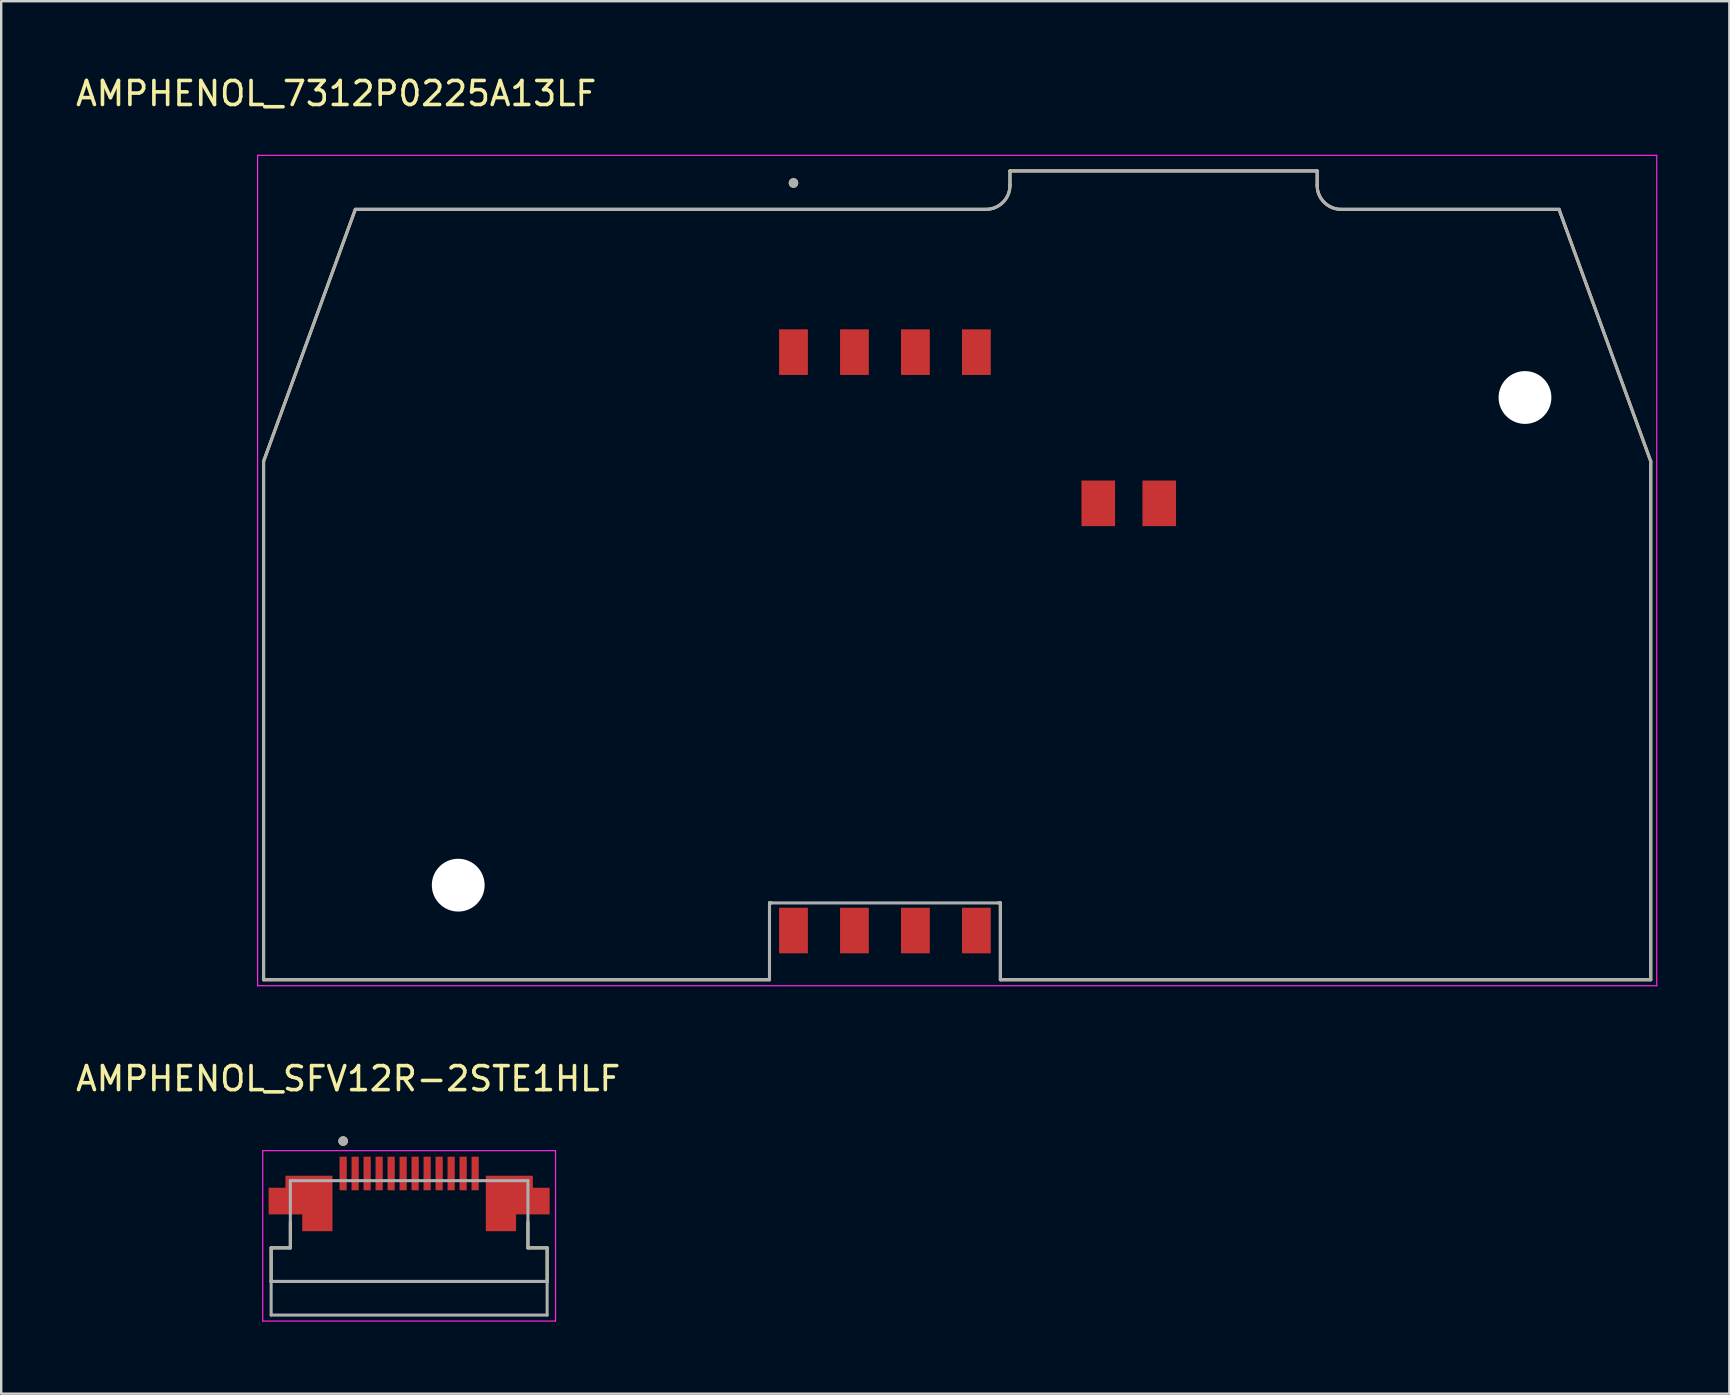
<source format=kicad_pcb>
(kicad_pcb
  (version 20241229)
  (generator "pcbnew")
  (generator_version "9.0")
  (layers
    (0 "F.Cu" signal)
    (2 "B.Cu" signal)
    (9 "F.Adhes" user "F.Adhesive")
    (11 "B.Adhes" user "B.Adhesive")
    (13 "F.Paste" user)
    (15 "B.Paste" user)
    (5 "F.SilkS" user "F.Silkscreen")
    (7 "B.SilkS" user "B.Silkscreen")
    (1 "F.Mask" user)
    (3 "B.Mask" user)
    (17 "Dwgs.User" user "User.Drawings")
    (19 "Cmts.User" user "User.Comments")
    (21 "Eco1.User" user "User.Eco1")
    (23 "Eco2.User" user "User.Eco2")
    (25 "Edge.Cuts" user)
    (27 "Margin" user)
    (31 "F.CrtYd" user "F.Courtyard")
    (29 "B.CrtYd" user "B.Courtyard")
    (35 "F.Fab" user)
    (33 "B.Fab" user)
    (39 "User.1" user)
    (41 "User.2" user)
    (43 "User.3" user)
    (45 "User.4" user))
  (footprint "AMPHENOL_7312P0225A13LF"
    (layer "F.Cu")
    (at 36.833 23.673)
    (property "Reference" "AMPHENOL_7312P0225A13LF" (at -25.875 -22.825 0) (layer "F.SilkS") (effects (font (size 1 1) (thickness 0.15))))
    (attr smd)
    (fp_line (start -28.9 -7.5) (end -28.9 14.1) (stroke (width 0.127) (type solid)) (layer "F.SilkS"))
    (fp_line (start -28.9 -7.5) (end -25.078 -18) (stroke (width 0.127) (type solid)) (layer "F.SilkS"))
    (fp_line (start -28.9 14.1) (end -7.82 14.1) (stroke (width 0.127) (type solid)) (layer "F.SilkS"))
    (fp_line (start -7.82 10.9) (end -7.82 14.1) (stroke (width 0.127) (type solid)) (layer "F.SilkS"))
    (fp_line (start -7.82 10.9) (end -7.74 10.9) (stroke (width 0.127) (type solid)) (layer "F.SilkS"))
    (fp_line (start 1.2 -18) (end -25.078 -18) (stroke (width 0.127) (type solid)) (layer "F.SilkS"))
    (fp_line (start 1.72 10.9) (end 1.8 10.9) (stroke (width 0.127) (type solid)) (layer "F.SilkS"))
    (fp_line (start 1.8 14.1) (end 1.8 10.9) (stroke (width 0.127) (type solid)) (layer "F.SilkS"))
    (fp_line (start 1.8 14.1) (end 28.9 14.1) (stroke (width 0.127) (type solid)) (layer "F.SilkS"))
    (fp_line (start 2.2 -19.6) (end 2.2 -19) (stroke (width 0.127) (type solid)) (layer "F.SilkS"))
    (fp_line (start 2.2 -19.6) (end 15 -19.6) (stroke (width 0.127) (type solid)) (layer "F.SilkS"))
    (fp_line (start 15 -19.6) (end 15 -19) (stroke (width 0.127) (type solid)) (layer "F.SilkS"))
    (fp_line (start 16 -18) (end 25.078 -18) (stroke (width 0.127) (type solid)) (layer "F.SilkS"))
    (fp_line (start 28.9 -7.5) (end 25.078 -18) (stroke (width 0.127) (type solid)) (layer "F.SilkS"))
    (fp_line (start 28.9 14.1) (end 28.9 -7.5) (stroke (width 0.127) (type solid)) (layer "F.SilkS"))
    (fp_arc (start 2.2 -19) (mid 1.907107 -18.292893) (end 1.2 -18) (stroke (width 0.127) (type solid)) (layer "F.SilkS"))
    (fp_arc (start 16 -18) (mid 15.292893 -18.292893) (end 15 -19) (stroke (width 0.127) (type solid)) (layer "F.SilkS"))
    (fp_circle (center -6.82 -19.1) (end -6.72 -19.1) (stroke (width 0.2) (type solid)) (fill no) (layer "F.SilkS"))
    (fp_line (start -29.15 -20.25) (end -29.15 14.35) (stroke (width 0.05) (type solid)) (layer "F.CrtYd"))
    (fp_line (start -29.15 14.35) (end 29.15 14.35) (stroke (width 0.05) (type solid)) (layer "F.CrtYd"))
    (fp_line (start 29.15 -20.25) (end -29.15 -20.25) (stroke (width 0.05) (type solid)) (layer "F.CrtYd"))
    (fp_line (start 29.15 14.35) (end 29.15 -20.25) (stroke (width 0.05) (type solid)) (layer "F.CrtYd"))
    (fp_line (start -28.9 -7.5) (end -28.9 14.1) (stroke (width 0.127) (type solid)) (layer "F.Fab"))
    (fp_line (start -28.9 -7.5) (end -25.078 -18) (stroke (width 0.127) (type solid)) (layer "F.Fab"))
    (fp_line (start -28.9 14.1) (end -7.82 14.1) (stroke (width 0.127) (type solid)) (layer "F.Fab"))
    (fp_line (start -7.82 10.9) (end -7.82 14.1) (stroke (width 0.127) (type solid)) (layer "F.Fab"))
    (fp_line (start -7.82 10.9) (end 1.8 10.9) (stroke (width 0.127) (type solid)) (layer "F.Fab"))
    (fp_line (start 1.2 -18) (end -25.078 -18) (stroke (width 0.127) (type solid)) (layer "F.Fab"))
    (fp_line (start 1.8 14.1) (end 1.8 10.9) (stroke (width 0.127) (type solid)) (layer "F.Fab"))
    (fp_line (start 1.8 14.1) (end 28.9 14.1) (stroke (width 0.127) (type solid)) (layer "F.Fab"))
    (fp_line (start 2.2 -19.6) (end 2.2 -19) (stroke (width 0.127) (type solid)) (layer "F.Fab"))
    (fp_line (start 2.2 -19.6) (end 15 -19.6) (stroke (width 0.127) (type solid)) (layer "F.Fab"))
    (fp_line (start 15 -19.6) (end 15 -19) (stroke (width 0.127) (type solid)) (layer "F.Fab"))
    (fp_line (start 16 -18) (end 25.078 -18) (stroke (width 0.127) (type solid)) (layer "F.Fab"))
    (fp_line (start 28.9 -7.5) (end 25.078 -18) (stroke (width 0.127) (type solid)) (layer "F.Fab"))
    (fp_line (start 28.9 14.1) (end 28.9 -7.5) (stroke (width 0.127) (type solid)) (layer "F.Fab"))
    (fp_arc (start 2.2 -19) (mid 1.907107 -18.292893) (end 1.2 -18) (stroke (width 0.127) (type solid)) (layer "F.Fab"))
    (fp_arc (start 16 -18) (mid 15.292893 -18.292893) (end 15 -19) (stroke (width 0.127) (type solid)) (layer "F.Fab"))
    (fp_circle (center -6.82 -19.1) (end -6.72 -19.1) (stroke (width 0.2) (type solid)) (fill no) (layer "F.Fab"))
    (pad "" np_thru_hole circle (at -20.79 10.16) (size 2.2 2.2) (drill 2.2) (layers "*.Cu" "*.Mask"))
    (pad "" np_thru_hole circle (at 23.66 -10.16) (size 2.2 2.2) (drill 2.2) (layers "*.Cu" "*.Mask"))
    (pad "C1" smd rect (at -6.82 -12.05) (size 1.2 1.9) (layers "F.Cu" "F.Mask" "F.Paste"))
    (pad "C2" smd rect (at -4.28 -12.05) (size 1.2 1.9) (layers "F.Cu" "F.Mask" "F.Paste"))
    (pad "C3" smd rect (at -1.74 -12.05) (size 1.2 1.9) (layers "F.Cu" "F.Mask" "F.Paste"))
    (pad "C4" smd rect (at 0.8 -12.05) (size 1.2 1.9) (layers "F.Cu" "F.Mask" "F.Paste"))
    (pad "C5" smd rect (at -6.82 12.05) (size 1.2 1.9) (layers "F.Cu" "F.Mask" "F.Paste"))
    (pad "C6" smd rect (at -4.28 12.05) (size 1.2 1.9) (layers "F.Cu" "F.Mask" "F.Paste"))
    (pad "C7" smd rect (at -1.74 12.05) (size 1.2 1.9) (layers "F.Cu" "F.Mask" "F.Paste"))
    (pad "C8" smd rect (at 0.8 12.05) (size 1.2 1.9) (layers "F.Cu" "F.Mask" "F.Paste"))
    (pad "COM" smd rect (at 8.42 -5.75) (size 1.4 1.9) (layers "F.Cu" "F.Mask" "F.Paste"))
    (pad "NO" smd rect (at 5.88 -5.75) (size 1.4 1.9) (layers "F.Cu" "F.Mask" "F.Paste")))
  (footprint "AMPHENOL_SFV12R-2STE1HLF"
    (layer "F.Cu")
    (at 13.998 48.246)
    (property "Reference" "AMPHENOL_SFV12R-2STE1HLF" (at -2.54 -6.35 0) (layer "F.SilkS") (effects (font (size 1 1) (thickness 0.15))))
    (attr smd)
    (fp_poly (pts (xy -5.25 -2.4) (xy -3.1 -2.4) (xy -3.1 0.1) (xy -4.55 0.1) (xy -4.55 -0.6) (xy -5.95 -0.6) (xy -5.95 -1.9) (xy -5.25 -1.9)) (stroke (width 0.01) (type solid)) (fill yes) (layer "F.Mask"))
    (fp_poly (pts (xy 5.25 -2.4) (xy 3.1 -2.4) (xy 3.1 0.1) (xy 4.55 0.1) (xy 4.55 -0.6) (xy 5.95 -0.6) (xy 5.95 -1.9) (xy 5.25 -1.9)) (stroke (width 0.01) (type solid)) (fill yes) (layer "F.Mask"))
    (fp_line (start -5.75 0.7) (end -5.75 2.1) (stroke (width 0.127) (type solid)) (layer "F.SilkS"))
    (fp_line (start -5.75 2.1) (end 5.75 2.1) (stroke (width 0.127) (type solid)) (layer "F.SilkS"))
    (fp_line (start -4.95 -0.38) (end -4.95 0.7) (stroke (width 0.127) (type solid)) (layer "F.SilkS"))
    (fp_line (start -4.95 0.7) (end -5.75 0.7) (stroke (width 0.127) (type solid)) (layer "F.SilkS"))
    (fp_line (start 4.95 0.7) (end 4.95 -0.38) (stroke (width 0.127) (type solid)) (layer "F.SilkS"))
    (fp_line (start 5.75 0.7) (end 4.95 0.7) (stroke (width 0.127) (type solid)) (layer "F.SilkS"))
    (fp_line (start 5.75 2.1) (end 5.75 0.7) (stroke (width 0.127) (type solid)) (layer "F.SilkS"))
    (fp_circle (center -2.75 -3.75) (end -2.65 -3.75) (stroke (width 0.2) (type solid)) (fill no) (layer "F.SilkS"))
    (fp_poly (pts (xy -5.15 -2.3) (xy -3.2 -2.3) (xy -3.2 0) (xy -4.45 0) (xy -4.45 -0.7) (xy -5.85 -0.7) (xy -5.85 -1.8) (xy -5.15 -1.8)) (stroke (width 0.01) (type solid)) (fill yes) (layer "F.Paste"))
    (fp_poly (pts (xy 5.15 -2.3) (xy 3.2 -2.3) (xy 3.2 0) (xy 4.45 0) (xy 4.45 -0.7) (xy 5.85 -0.7) (xy 5.85 -1.8) (xy 5.15 -1.8)) (stroke (width 0.01) (type solid)) (fill yes) (layer "F.Paste"))
    (fp_line (start -6.1 -3.35) (end 6.1 -3.35) (stroke (width 0.05) (type solid)) (layer "F.CrtYd"))
    (fp_line (start -6.1 3.75) (end -6.1 -3.35) (stroke (width 0.05) (type solid)) (layer "F.CrtYd"))
    (fp_line (start 6.1 -3.35) (end 6.1 3.75) (stroke (width 0.05) (type solid)) (layer "F.CrtYd"))
    (fp_line (start 6.1 3.75) (end -6.1 3.75) (stroke (width 0.05) (type solid)) (layer "F.CrtYd"))
    (fp_line (start -5.75 0.7) (end -4.95 0.7) (stroke (width 0.127) (type solid)) (layer "F.Fab"))
    (fp_line (start -5.75 2.1) (end -5.75 0.7) (stroke (width 0.127) (type solid)) (layer "F.Fab"))
    (fp_line (start -5.75 3.5) (end -5.75 2.1) (stroke (width 0.127) (type solid)) (layer "F.Fab"))
    (fp_line (start -4.95 -2.1) (end 4.95 -2.1) (stroke (width 0.127) (type solid)) (layer "F.Fab"))
    (fp_line (start -4.95 0.7) (end -4.95 -2.1) (stroke (width 0.127) (type solid)) (layer "F.Fab"))
    (fp_line (start 4.95 -2.1) (end 4.95 0.7) (stroke (width 0.127) (type solid)) (layer "F.Fab"))
    (fp_line (start 4.95 0.7) (end 5.75 0.7) (stroke (width 0.127) (type solid)) (layer "F.Fab"))
    (fp_line (start 5.75 0.7) (end 5.75 2.1) (stroke (width 0.127) (type solid)) (layer "F.Fab"))
    (fp_line (start 5.75 2.1) (end -5.75 2.1) (stroke (width 0.127) (type solid)) (layer "F.Fab"))
    (fp_line (start 5.75 2.1) (end 5.75 3.5) (stroke (width 0.127) (type solid)) (layer "F.Fab"))
    (fp_line (start 5.75 3.5) (end -5.75 3.5) (stroke (width 0.127) (type solid)) (layer "F.Fab"))
    (fp_circle (center -2.75 -3.75) (end -2.65 -3.75) (stroke (width 0.2) (type solid)) (fill no) (layer "F.Fab"))
    (pad "1" smd rect (at -2.75 -2.4) (size 0.3 1.4) (layers "F.Cu" "F.Mask" "F.Paste"))
    (pad "2" smd rect (at -2.25 -2.4) (size 0.3 1.4) (layers "F.Cu" "F.Mask" "F.Paste"))
    (pad "3" smd rect (at -1.75 -2.4) (size 0.3 1.4) (layers "F.Cu" "F.Mask" "F.Paste"))
    (pad "4" smd rect (at -1.25 -2.4) (size 0.3 1.4) (layers "F.Cu" "F.Mask" "F.Paste"))
    (pad "5" smd rect (at -0.75 -2.4) (size 0.3 1.4) (layers "F.Cu" "F.Mask" "F.Paste"))
    (pad "6" smd rect (at -0.25 -2.4) (size 0.3 1.4) (layers "F.Cu" "F.Mask" "F.Paste"))
    (pad "7" smd rect (at 0.25 -2.4) (size 0.3 1.4) (layers "F.Cu" "F.Mask" "F.Paste"))
    (pad "8" smd rect (at 0.75 -2.4) (size 0.3 1.4) (layers "F.Cu" "F.Mask" "F.Paste"))
    (pad "9" smd rect (at 1.25 -2.4) (size 0.3 1.4) (layers "F.Cu" "F.Mask" "F.Paste"))
    (pad "10" smd rect (at 1.75 -2.4) (size 0.3 1.4) (layers "F.Cu" "F.Mask" "F.Paste"))
    (pad "11" smd rect (at 2.25 -2.4) (size 0.3 1.4) (layers "F.Cu" "F.Mask" "F.Paste"))
    (pad "12" smd rect (at 2.75 -2.4) (size 0.3 1.4) (layers "F.Cu" "F.Mask" "F.Paste"))
    (pad "S1" smd custom (at -4.12 -1.53) (size 1 1) (layers "F.Cu") (options (anchor rect)) (primitives (gr_poly (pts (xy -1.03 -0.77) (xy 0.92 -0.77) (xy 0.92 1.53) (xy -0.33 1.53) (xy -0.33 0.83) (xy -1.73 0.83) (xy -1.73 -0.27) (xy -1.03 -0.27)) (width 0.01) (fill yes))))
    (pad "S2" smd custom (at 4.12 -1.53) (size 1 1) (layers "F.Cu") (options (anchor rect)) (primitives (gr_poly (pts (xy 1.03 -0.77) (xy -0.92 -0.77) (xy -0.92 1.53) (xy 0.33 1.53) (xy 0.33 0.83) (xy 1.73 0.83) (xy 1.73 -0.27) (xy 1.03 -0.27)) (width 0.01) (fill yes)))))
  (gr_rect
    (start -3 -3)
    (end 69.008 55.022)
    (stroke (width 0.1) (type default))
    (fill no)
    (layer "Edge.Cuts")))
</source>
